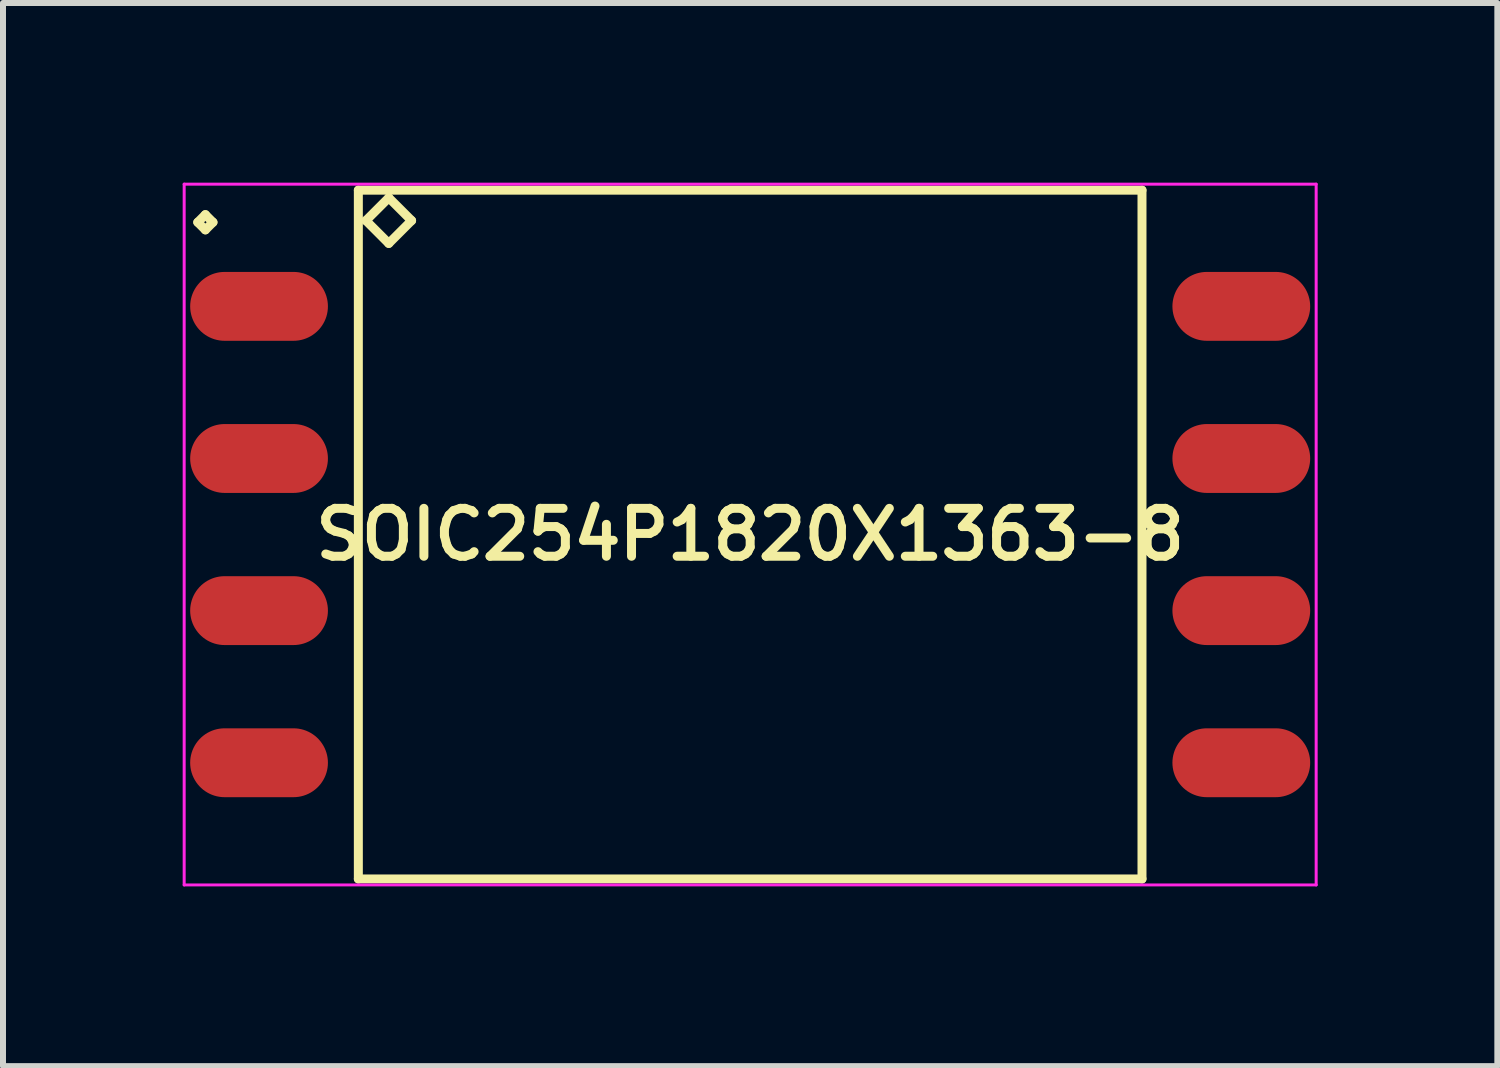
<source format=kicad_pcb>
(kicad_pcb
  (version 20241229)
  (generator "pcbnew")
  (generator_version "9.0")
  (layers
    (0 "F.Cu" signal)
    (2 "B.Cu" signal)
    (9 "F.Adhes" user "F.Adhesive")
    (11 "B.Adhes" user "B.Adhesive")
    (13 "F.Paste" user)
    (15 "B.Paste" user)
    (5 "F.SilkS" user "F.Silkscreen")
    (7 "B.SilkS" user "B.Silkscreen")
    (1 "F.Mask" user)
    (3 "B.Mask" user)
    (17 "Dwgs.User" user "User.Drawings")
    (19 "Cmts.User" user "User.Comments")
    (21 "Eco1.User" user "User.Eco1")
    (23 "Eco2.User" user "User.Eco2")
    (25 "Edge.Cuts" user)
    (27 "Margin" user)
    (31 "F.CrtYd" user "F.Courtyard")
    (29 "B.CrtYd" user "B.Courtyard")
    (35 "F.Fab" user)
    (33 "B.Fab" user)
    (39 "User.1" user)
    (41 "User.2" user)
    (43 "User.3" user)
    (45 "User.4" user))
  (footprint "SOIC254P1820X1363-8"
    (layer "F.Cu")
    (at 9.475 5.875)
    (property "Reference" "SOIC254P1820X1363-8" (at 0 0 0) (layer "F.SilkS") (effects (font (size 0.8 0.8) (thickness 0.15))))
    (attr smd)
    (fp_line (start -9.223 -5.214) (end -9.096 -5.341) (stroke (width 0.15) (type solid)) (layer "F.SilkS"))
    (fp_line (start -9.096 -5.341) (end -8.969 -5.214) (stroke (width 0.15) (type solid)) (layer "F.SilkS"))
    (fp_line (start -9.096 -5.087) (end -9.223 -5.214) (stroke (width 0.15) (type solid)) (layer "F.SilkS"))
    (fp_line (start -8.969 -5.214) (end -9.096 -5.087) (stroke (width 0.15) (type solid)) (layer "F.SilkS"))
    (fp_line (start -6.542 -5.75) (end -6.542 5.75) (stroke (width 0.15) (type solid)) (layer "F.SilkS"))
    (fp_line (start -6.542 5.75) (end 6.542 5.75) (stroke (width 0.15) (type solid)) (layer "F.SilkS"))
    (fp_line (start -6.415 -5.242) (end -6.034 -5.623) (stroke (width 0.15) (type solid)) (layer "F.SilkS"))
    (fp_line (start -6.034 -5.623) (end -5.653 -5.242) (stroke (width 0.15) (type solid)) (layer "F.SilkS"))
    (fp_line (start -6.034 -4.861) (end -6.415 -5.242) (stroke (width 0.15) (type solid)) (layer "F.SilkS"))
    (fp_line (start -5.653 -5.242) (end -6.034 -4.861) (stroke (width 0.15) (type solid)) (layer "F.SilkS"))
    (fp_line (start 6.542 -5.75) (end -6.542 -5.75) (stroke (width 0.15) (type solid)) (layer "F.SilkS"))
    (fp_line (start 6.542 5.75) (end 6.542 -5.75) (stroke (width 0.15) (type solid)) (layer "F.SilkS"))
    (fp_line (start -9.45 -5.85) (end 9.45 -5.85) (stroke (width 0.05) (type solid)) (layer "F.CrtYd"))
    (fp_line (start -9.45 5.85) (end -9.45 -5.85) (stroke (width 0.05) (type solid)) (layer "F.CrtYd"))
    (fp_line (start 9.45 -5.85) (end 9.45 5.85) (stroke (width 0.05) (type solid)) (layer "F.CrtYd"))
    (fp_line (start 9.45 5.85) (end -9.45 5.85) (stroke (width 0.05) (type solid)) (layer "F.CrtYd"))
    (pad "1" smd oval (at -8.2 -3.81) (size 2.3 1.15) (layers "F.Cu" "F.Mask" "F.Paste"))
    (pad "2" smd oval (at -8.2 -1.27) (size 2.3 1.15) (layers "F.Cu" "F.Mask" "F.Paste"))
    (pad "3" smd oval (at -8.2 1.27) (size 2.3 1.15) (layers "F.Cu" "F.Mask" "F.Paste"))
    (pad "4" smd oval (at -8.2 3.81) (size 2.3 1.15) (layers "F.Cu" "F.Mask" "F.Paste"))
    (pad "5" smd oval (at 8.2 3.81) (size 2.3 1.15) (layers "F.Cu" "F.Mask" "F.Paste"))
    (pad "6" smd oval (at 8.2 1.27) (size 2.3 1.15) (layers "F.Cu" "F.Mask" "F.Paste"))
    (pad "7" smd oval (at 8.2 -1.27) (size 2.3 1.15) (layers "F.Cu" "F.Mask" "F.Paste"))
    (pad "8" smd oval (at 8.2 -3.81) (size 2.3 1.15) (layers "F.Cu" "F.Mask" "F.Paste")))
  (gr_rect
    (start -3 -3)
    (end 21.95 14.75)
    (stroke (width 0.1) (type default))
    (fill no)
    (layer "Edge.Cuts")))
</source>
